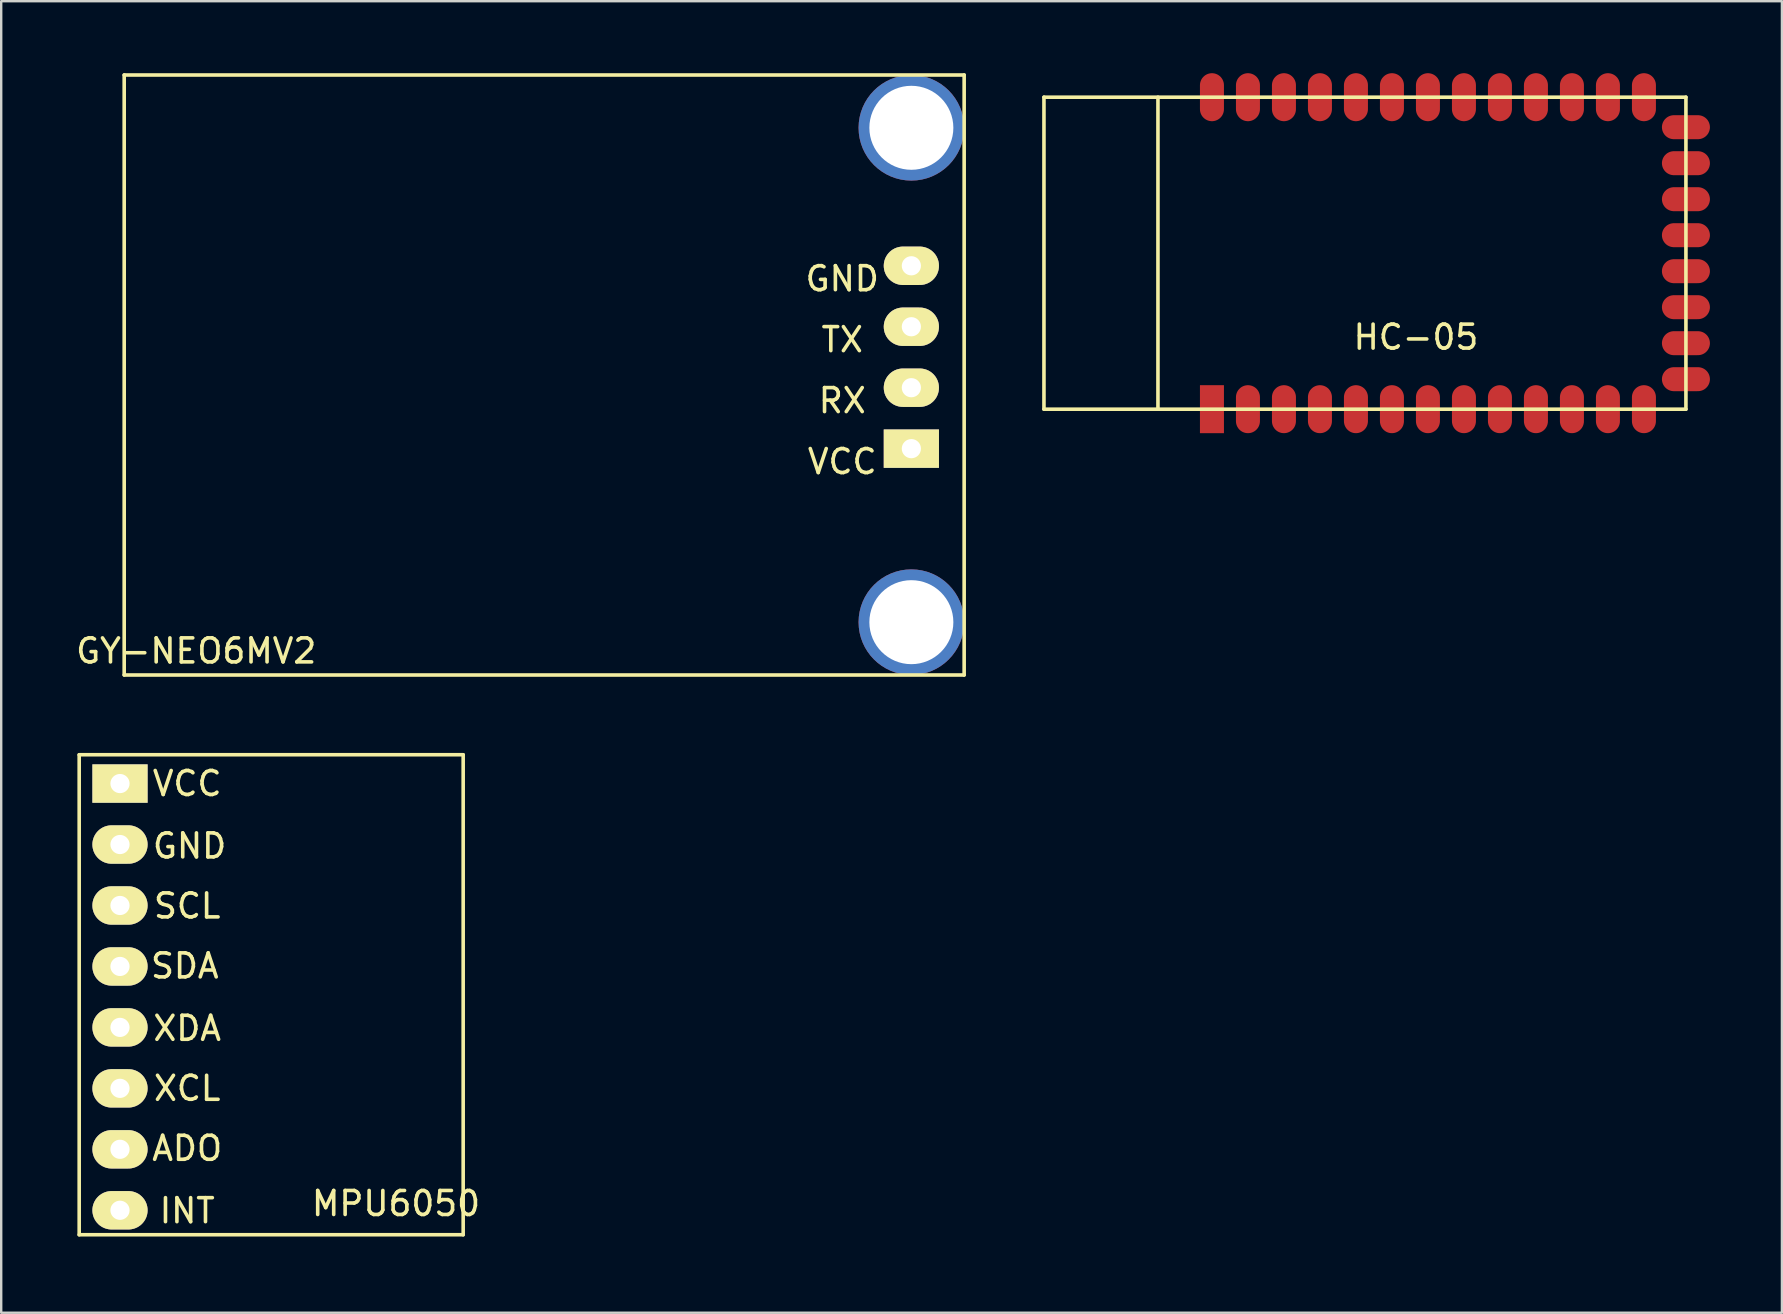
<source format=kicad_pcb>
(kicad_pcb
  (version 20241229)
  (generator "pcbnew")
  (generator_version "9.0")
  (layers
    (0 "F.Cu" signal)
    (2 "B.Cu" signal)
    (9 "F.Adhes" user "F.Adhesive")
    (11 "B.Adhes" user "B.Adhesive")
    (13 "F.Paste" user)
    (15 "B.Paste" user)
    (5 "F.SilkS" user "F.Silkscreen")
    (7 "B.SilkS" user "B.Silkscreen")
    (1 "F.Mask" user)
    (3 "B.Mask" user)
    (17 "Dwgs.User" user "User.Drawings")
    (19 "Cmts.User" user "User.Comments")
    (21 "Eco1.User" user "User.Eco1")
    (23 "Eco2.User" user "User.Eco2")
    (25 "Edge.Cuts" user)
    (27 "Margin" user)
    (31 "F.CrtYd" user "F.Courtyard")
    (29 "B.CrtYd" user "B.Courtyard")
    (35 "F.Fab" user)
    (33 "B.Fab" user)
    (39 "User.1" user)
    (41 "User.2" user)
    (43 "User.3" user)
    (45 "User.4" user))
  (footprint "MPU6050"
    (layer "F.Cu")
    (at 0.25 48.4)
    (property "Reference" "MPU6050" (at 13.2 -1.3 0) (layer "F.SilkS") (effects (font (size 1 1) (thickness 0.15))))
    (attr through_hole)
    (fp_line (start 0 -20) (end 16 -20) (stroke (width 0.15) (type solid)) (layer "F.SilkS"))
    (fp_line (start 0 0) (end 0 -20) (stroke (width 0.15) (type solid)) (layer "F.SilkS"))
    (fp_line (start 16 -20) (end 16 0) (stroke (width 0.15) (type solid)) (layer "F.SilkS"))
    (fp_line (start 16 0) (end 0 0) (stroke (width 0.15) (type solid)) (layer "F.SilkS"))
    (fp_text user "SDA" (at 4.4 -11.2 0) (layer "F.SilkS") (effects (font (size 1 1) (thickness 0.15))))
    (fp_text user "XCL" (at 4.5 -6.1 0) (layer "F.SilkS") (effects (font (size 1 1) (thickness 0.15))))
    (fp_text user "VCC" (at 4.5 -18.8 0) (layer "F.SilkS") (effects (font (size 1 1) (thickness 0.15))))
    (fp_text user "ADO" (at 4.5 -3.6 0) (layer "F.SilkS") (effects (font (size 1 1) (thickness 0.15))))
    (fp_text user "SCL" (at 4.5 -13.7 0) (layer "F.SilkS") (effects (font (size 1 1) (thickness 0.15))))
    (fp_text user "INT" (at 4.5 -1 0) (layer "F.SilkS") (effects (font (size 1 1) (thickness 0.15))))
    (fp_text user "GND" (at 4.6 -16.2 0) (layer "F.SilkS") (effects (font (size 1 1) (thickness 0.15))))
    (fp_text user "XDA" (at 4.5 -8.6 0) (layer "F.SilkS") (effects (font (size 1 1) (thickness 0.15))))
    (pad "1" thru_hole rect (at 1.7 -18.8) (size 2.3 1.6) (drill 0.8) (layers "*.Cu" "*.Mask" "F.SilkS"))
    (pad "2" thru_hole oval (at 1.7 -16.26) (size 2.3 1.6) (drill 0.8) (layers "*.Cu" "*.Mask" "F.SilkS"))
    (pad "3" thru_hole oval (at 1.7 -13.72) (size 2.3 1.6) (drill 0.8) (layers "*.Cu" "*.Mask" "F.SilkS"))
    (pad "4" thru_hole oval (at 1.7 -11.18) (size 2.3 1.6) (drill 0.8) (layers "*.Cu" "*.Mask" "F.SilkS"))
    (pad "5" thru_hole oval (at 1.7 -8.64) (size 2.3 1.6) (drill 0.8) (layers "*.Cu" "*.Mask" "F.SilkS"))
    (pad "6" thru_hole oval (at 1.7 -6.1) (size 2.3 1.6) (drill 0.8) (layers "*.Cu" "*.Mask" "F.SilkS"))
    (pad "7" thru_hole oval (at 1.7 -3.56) (size 2.3 1.6) (drill 0.8) (layers "*.Cu" "*.Mask" "F.SilkS"))
    (pad "8" thru_hole oval (at 1.7 -1.02) (size 2.3 1.6) (drill 0.8) (layers "*.Cu" "*.Mask" "F.SilkS")))
  (footprint "HC-05"
    (layer "F.Cu")
    (at 67.2 14)
    (property "Reference" "HC-05" (at -11.25 -3 0) (layer "F.SilkS") (effects (font (size 1 1) (thickness 0.15))))
    (attr through_hole)
    (fp_line (start -26.75 0) (end -26.75 -13) (stroke (width 0.15) (type solid)) (layer "F.SilkS"))
    (fp_line (start -22 0) (end -22 -13) (stroke (width 0.15) (type solid)) (layer "F.SilkS"))
    (fp_line (start 0 -13) (end -26.75 -13) (stroke (width 0.15) (type solid)) (layer "F.SilkS"))
    (fp_line (start 0 0) (end -26.75 0) (stroke (width 0.15) (type solid)) (layer "F.SilkS"))
    (fp_line (start 0 0) (end 0 -13) (stroke (width 0.15) (type solid)) (layer "F.SilkS"))
    (pad "1" smd rect (at -19.75 0) (size 1 2) (layers "F.Cu" "F.Mask" "F.Paste"))
    (pad "2" smd oval (at -18.25 0) (size 1 2) (layers "F.Cu" "F.Mask" "F.Paste"))
    (pad "3" smd oval (at -16.75 0) (size 1 2) (layers "F.Cu" "F.Mask" "F.Paste"))
    (pad "4" smd oval (at -15.25 0) (size 1 2) (layers "F.Cu" "F.Mask" "F.Paste"))
    (pad "5" smd oval (at -13.75 0) (size 1 2) (layers "F.Cu" "F.Mask" "F.Paste"))
    (pad "6" smd oval (at -12.25 0) (size 1 2) (layers "F.Cu" "F.Mask" "F.Paste"))
    (pad "7" smd oval (at -10.75 0) (size 1 2) (layers "F.Cu" "F.Mask" "F.Paste"))
    (pad "8" smd oval (at -9.25 0) (size 1 2) (layers "F.Cu" "F.Mask" "F.Paste"))
    (pad "9" smd oval (at -7.75 0) (size 1 2) (layers "F.Cu" "F.Mask" "F.Paste"))
    (pad "10" smd oval (at -6.25 0) (size 1 2) (layers "F.Cu" "F.Mask" "F.Paste"))
    (pad "11" smd oval (at -4.75 0) (size 1 2) (layers "F.Cu" "F.Mask" "F.Paste"))
    (pad "12" smd oval (at -3.25 0) (size 1 2) (layers "F.Cu" "F.Mask" "F.Paste"))
    (pad "13" smd oval (at -1.75 0) (size 1 2) (layers "F.Cu" "F.Mask" "F.Paste"))
    (pad "14" smd oval (at 0 -1.25) (size 2 1) (layers "F.Cu" "F.Mask" "F.Paste"))
    (pad "15" smd oval (at 0 -2.75) (size 2 1) (layers "F.Cu" "F.Mask" "F.Paste"))
    (pad "16" smd oval (at 0 -4.25) (size 2 1) (layers "F.Cu" "F.Mask" "F.Paste"))
    (pad "17" smd oval (at 0 -5.75) (size 2 1) (layers "F.Cu" "F.Mask" "F.Paste"))
    (pad "18" smd oval (at 0 -7.25) (size 2 1) (layers "F.Cu" "F.Mask" "F.Paste"))
    (pad "19" smd oval (at 0 -8.75) (size 2 1) (layers "F.Cu" "F.Mask" "F.Paste"))
    (pad "20" smd oval (at 0 -10.25) (size 2 1) (layers "F.Cu" "F.Mask" "F.Paste"))
    (pad "21" smd oval (at 0 -11.75) (size 2 1) (layers "F.Cu" "F.Mask" "F.Paste"))
    (pad "22" smd oval (at -1.75 -13) (size 1 2) (layers "F.Cu" "F.Mask" "F.Paste"))
    (pad "23" smd oval (at -3.25 -13) (size 1 2) (layers "F.Cu" "F.Mask" "F.Paste"))
    (pad "24" smd oval (at -4.75 -13) (size 1 2) (layers "F.Cu" "F.Mask" "F.Paste"))
    (pad "25" smd oval (at -6.25 -13) (size 1 2) (layers "F.Cu" "F.Mask" "F.Paste"))
    (pad "26" smd oval (at -7.75 -13) (size 1 2) (layers "F.Cu" "F.Mask" "F.Paste"))
    (pad "27" smd oval (at -9.25 -13) (size 1 2) (layers "F.Cu" "F.Mask" "F.Paste"))
    (pad "28" smd oval (at -10.75 -13) (size 1 2) (layers "F.Cu" "F.Mask" "F.Paste"))
    (pad "29" smd oval (at -12.25 -13) (size 1 2) (layers "F.Cu" "F.Mask" "F.Paste"))
    (pad "30" smd oval (at -13.75 -13) (size 1 2) (layers "F.Cu" "F.Mask" "F.Paste"))
    (pad "31" smd oval (at -15.25 -13) (size 1 2) (layers "F.Cu" "F.Mask" "F.Paste"))
    (pad "32" smd oval (at -16.75 -13) (size 1 2) (layers "F.Cu" "F.Mask" "F.Paste"))
    (pad "33" smd oval (at -18.25 -13) (size 1 2) (layers "F.Cu" "F.Mask" "F.Paste"))
    (pad "34" smd oval (at -19.75 -13) (size 1 2) (layers "F.Cu" "F.Mask" "F.Paste")))
  (footprint "GY-NEO6MV2"
    (layer "F.Cu")
    (at 37.125 25.075)
    (property "Reference" "GY-NEO6MV2" (at -32 -1 0) (layer "F.SilkS") (effects (font (size 1 1) (thickness 0.15))))
    (attr through_hole)
    (fp_line (start -35 -25) (end -35 0) (stroke (width 0.15) (type solid)) (layer "F.SilkS"))
    (fp_line (start -35 0) (end 0 0) (stroke (width 0.15) (type solid)) (layer "F.SilkS"))
    (fp_line (start 0 -25) (end -35 -25) (stroke (width 0.15) (type solid)) (layer "F.SilkS"))
    (fp_line (start 0 0) (end 0 -25) (stroke (width 0.15) (type solid)) (layer "F.SilkS"))
    (fp_text user "TX" (at -5.08 -13.97 0) (layer "F.SilkS") (effects (font (size 1 1) (thickness 0.15))))
    (fp_text user "VCC" (at -5.08 -8.89 0) (layer "F.SilkS") (effects (font (size 1 1) (thickness 0.15))))
    (fp_text user "RX" (at -5.08 -11.43 0) (layer "F.SilkS") (effects (font (size 1 1) (thickness 0.15))))
    (fp_text user "GND" (at -5.08 -16.51 0) (layer "F.SilkS") (effects (font (size 1 1) (thickness 0.15))))
    (pad "" thru_hole circle (at -2.2 -22.8) (size 4.4 4.4) (drill 3.5) (layers "*.Cu" "*.Mask"))
    (pad "" thru_hole circle (at -2.2 -2.2) (size 4.4 4.4) (drill 3.5) (layers "*.Cu" "*.Mask"))
    (pad "1" thru_hole rect (at -2.2 -9.43) (size 2.3 1.6) (drill 0.8) (layers "*.Cu" "*.Mask" "F.SilkS"))
    (pad "2" thru_hole oval (at -2.2 -11.97) (size 2.3 1.6) (drill 0.8) (layers "*.Cu" "*.Mask" "F.SilkS"))
    (pad "3" thru_hole oval (at -2.2 -14.51) (size 2.3 1.6) (drill 0.8) (layers "*.Cu" "*.Mask" "F.SilkS"))
    (pad "4" thru_hole oval (at -2.2 -17.05) (size 2.3 1.6) (drill 0.8) (layers "*.Cu" "*.Mask" "F.SilkS")))
  (gr_rect
    (start -3 -3)
    (end 71.2 51.65)
    (stroke (width 0.1) (type default))
    (fill no)
    (layer "Edge.Cuts")))
</source>
